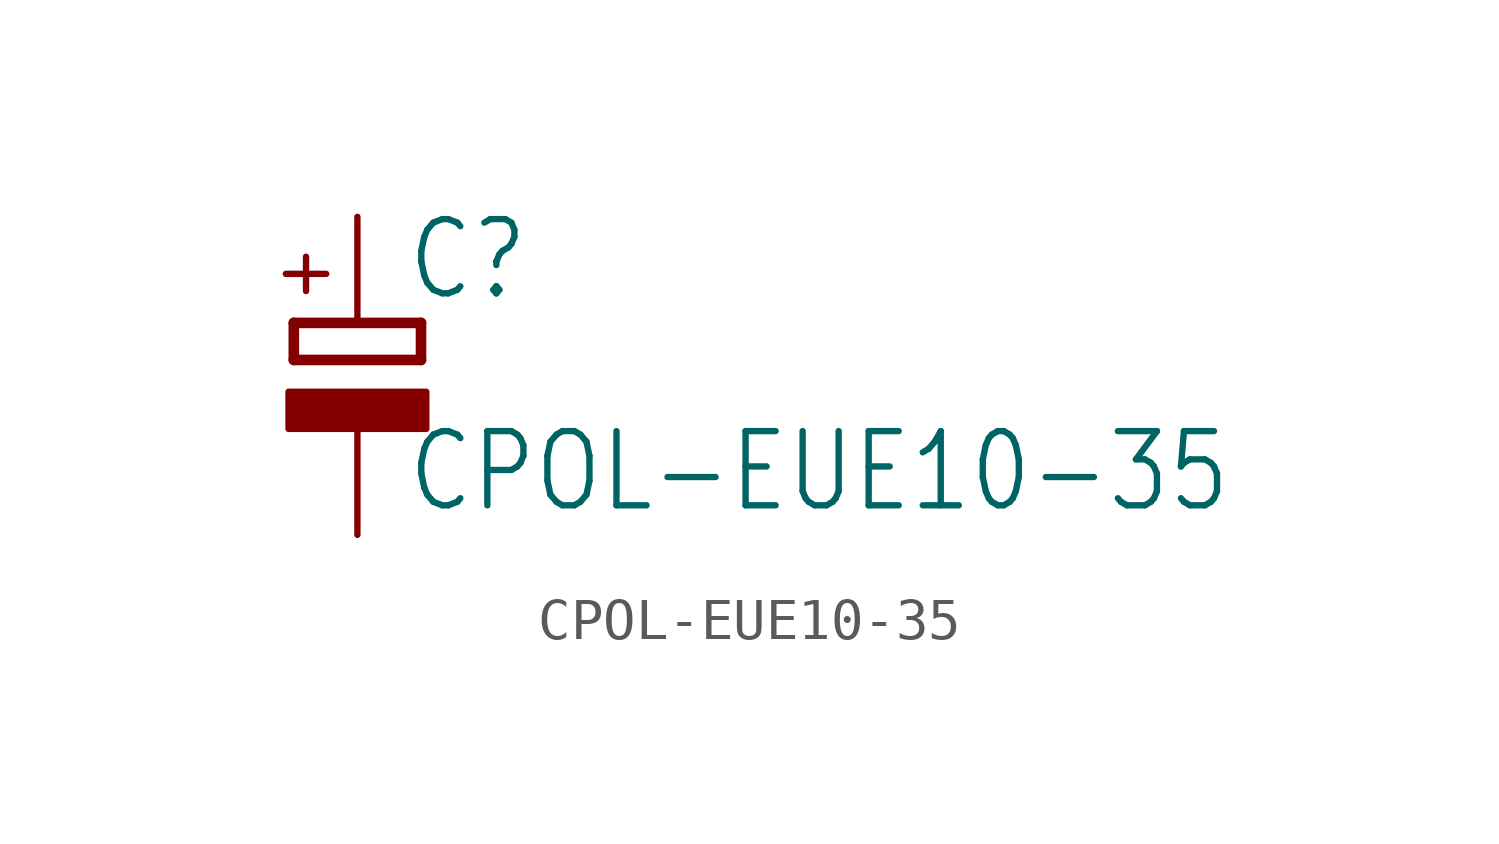
<source format=kicad_sym>
(kicad_symbol_lib
  (version 20220331)
  (generator kicad_symbol_editor)
  (symbol "CPOL-EUE10-35"
    (property "Reference" "C"
      (at 1.143 0.483 0)
      (effects (font (size 1.778 1.511)) (justify left bottom)))
    (property "Value" "CPOL-EUE10-35"
      (at 1.143 -4.597 0)
      (effects (font (size 1.778 1.511)) (justify left bottom)))
    (property "ki_locked" ""
      (at 0 0 0)
      (effects (font (size 1.27 1.27))))
    (symbol "CPOL-EUE10-35_1_0"
      (rectangle (start -1.651 -2.54) (end 1.651 -1.651) (stroke (width 0) (type default)) (fill (type outline)))
      (polyline (pts (xy -1.524 -0.889) (xy 1.524 -0.889)) (stroke (width 0.254) (type solid)) (fill (type none)))
      (polyline (pts (xy -1.524 0) (xy -1.524 -0.889)) (stroke (width 0.254) (type solid)) (fill (type none)))
      (polyline (pts (xy -1.524 0) (xy 1.524 0)) (stroke (width 0.254) (type solid)) (fill (type none)))
      (polyline (pts (xy 1.524 -0.889) (xy 1.524 0)) (stroke (width 0.254) (type solid)) (fill (type none)))
      (text "+" (at -0.584 0.406 900) (effects (font (size 1.27 1.079)) (justify left bottom)))
      (pin passive line (at 0 2.54 270) (length 2.54) (name "+" (effects (font (size 0 0)))) (number "+" (effects (font (size 0 0)))))
      (pin passive line (at 0 -5.08 90) (length 2.54) (name "-" (effects (font (size 0 0)))) (number "-" (effects (font (size 0 0))))))))
</source>
